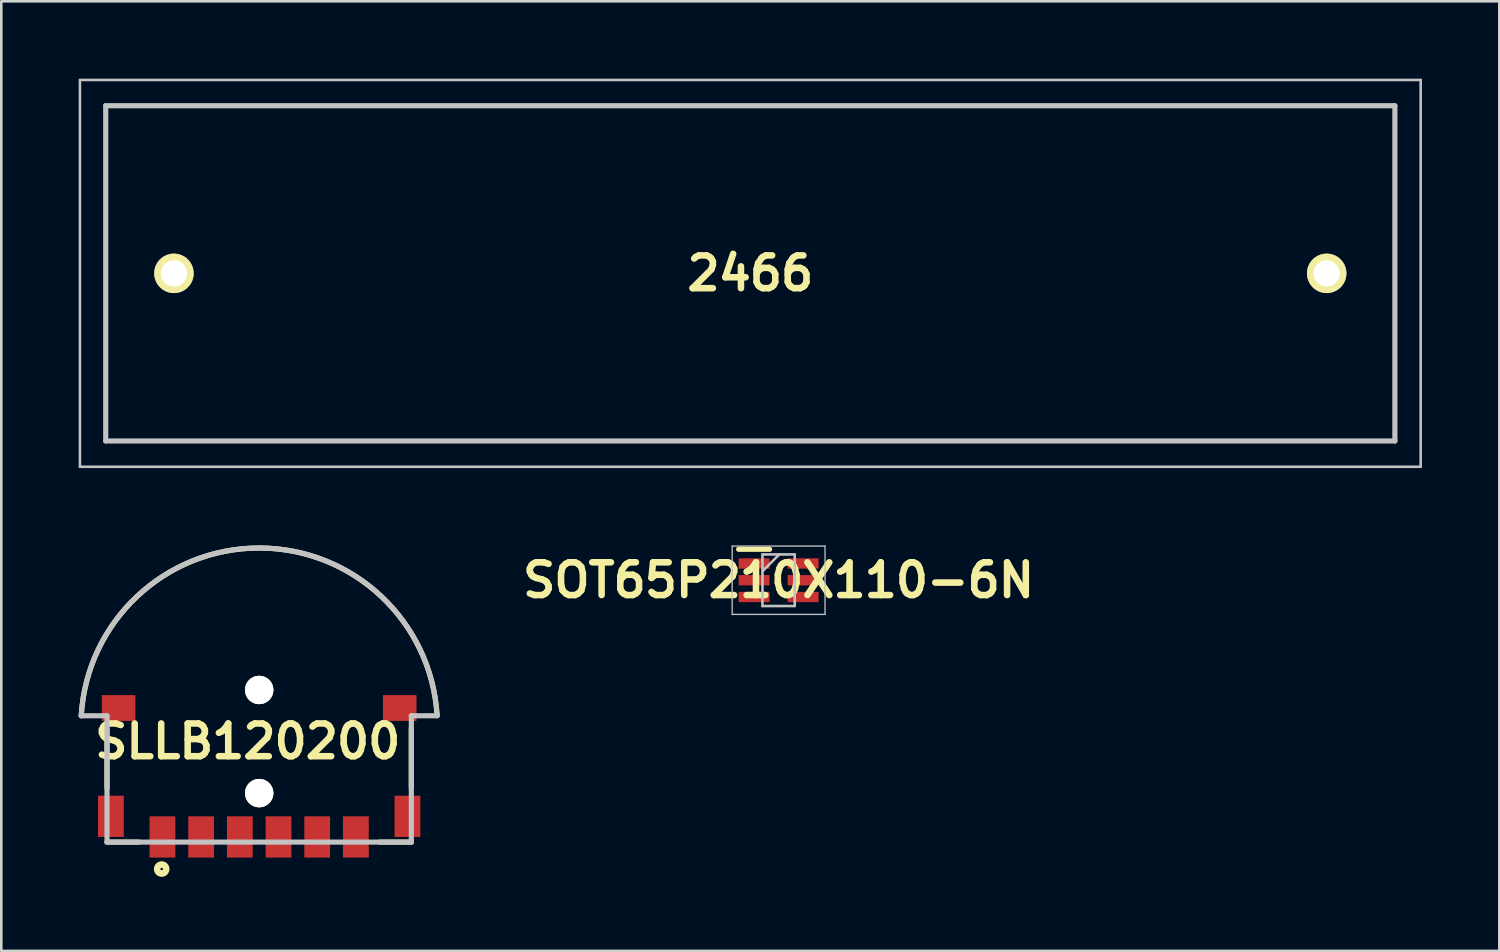
<source format=kicad_pcb>
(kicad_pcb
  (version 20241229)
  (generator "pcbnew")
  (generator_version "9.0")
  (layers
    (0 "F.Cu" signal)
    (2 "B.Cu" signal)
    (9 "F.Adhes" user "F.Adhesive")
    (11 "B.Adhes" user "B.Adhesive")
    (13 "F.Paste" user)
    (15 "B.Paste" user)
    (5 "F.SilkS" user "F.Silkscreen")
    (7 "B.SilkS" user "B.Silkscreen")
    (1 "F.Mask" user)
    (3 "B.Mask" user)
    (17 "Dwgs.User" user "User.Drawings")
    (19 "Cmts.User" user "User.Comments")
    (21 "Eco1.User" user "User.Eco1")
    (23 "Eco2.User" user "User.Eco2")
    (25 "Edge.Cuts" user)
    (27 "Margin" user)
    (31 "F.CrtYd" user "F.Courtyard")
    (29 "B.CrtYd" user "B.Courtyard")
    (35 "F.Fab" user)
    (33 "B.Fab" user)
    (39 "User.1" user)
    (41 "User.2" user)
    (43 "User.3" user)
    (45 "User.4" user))
  (footprint "SOT65P210X110-6N"
    (layer "F.Cu")
    (at 27.142 19.45)
    (property "Reference" "SOT65P210X110-6N" (at 0 0 0) (layer "F.SilkS") (effects (font (size 1.27 1.27) (thickness 0.254))))
    (attr smd)
    (fp_line (start -1.55 -1.2) (end -0.35 -1.2) (stroke (width 0.2) (type solid)) (layer "F.SilkS"))
    (fp_line (start -1.8 -1.325) (end 1.8 -1.325) (stroke (width 0.05) (type solid)) (layer "Dwgs.User"))
    (fp_line (start -1.8 1.325) (end -1.8 -1.325) (stroke (width 0.05) (type solid)) (layer "Dwgs.User"))
    (fp_line (start -0.625 -1) (end 0.625 -1) (stroke (width 0.1) (type solid)) (layer "Dwgs.User"))
    (fp_line (start -0.625 -0.35) (end 0.025 -1) (stroke (width 0.1) (type solid)) (layer "Dwgs.User"))
    (fp_line (start -0.625 1) (end -0.625 -1) (stroke (width 0.1) (type solid)) (layer "Dwgs.User"))
    (fp_line (start 0.625 -1) (end 0.625 1) (stroke (width 0.1) (type solid)) (layer "Dwgs.User"))
    (fp_line (start 0.625 1) (end -0.625 1) (stroke (width 0.1) (type solid)) (layer "Dwgs.User"))
    (fp_line (start 1.8 -1.325) (end 1.8 1.325) (stroke (width 0.05) (type solid)) (layer "Dwgs.User"))
    (fp_line (start 1.8 1.325) (end -1.8 1.325) (stroke (width 0.05) (type solid)) (layer "Dwgs.User"))
    (pad "1" smd rect (at -0.95 -0.65 90) (size 0.4 1.2) (layers "F.Cu" "F.Mask" "F.Paste"))
    (pad "2" smd rect (at -0.95 0 90) (size 0.4 1.2) (layers "F.Cu" "F.Mask" "F.Paste"))
    (pad "3" smd rect (at -0.95 0.65 90) (size 0.4 1.2) (layers "F.Cu" "F.Mask" "F.Paste"))
    (pad "4" smd rect (at 0.95 0.65 90) (size 0.4 1.2) (layers "F.Cu" "F.Mask" "F.Paste"))
    (pad "5" smd rect (at 0.95 0 90) (size 0.4 1.2) (layers "F.Cu" "F.Mask" "F.Paste"))
    (pad "6" smd rect (at 0.95 -0.65 90) (size 0.4 1.2) (layers "F.Cu" "F.Mask" "F.Paste")))
  (footprint "SLLB120200"
    (layer "F.Cu")
    (at 7 29.605)
    (property "Reference" "SLLB120200" (at -0.443 -3.905 0) (layer "F.SilkS") (effects (font (size 1.27 1.27) (thickness 0.254))))
    (attr through_hole)
    (fp_line (start -5.9 -4.4) (end -5.9 -2.108) (stroke (width 0.2) (type solid)) (layer "F.SilkS"))
    (fp_line (start -5.9 0) (end -4.677 0) (stroke (width 0.2) (type solid)) (layer "F.SilkS"))
    (fp_line (start 5.9 -4.4) (end 5.9 -2.108) (stroke (width 0.2) (type solid)) (layer "F.SilkS"))
    (fp_line (start 5.9 0) (end 4.677 0) (stroke (width 0.2) (type solid)) (layer "F.SilkS"))
    (fp_arc (start -6.9 -4.9) (mid -0.002931 -11.405002) (end 6.899662 -4.905861) (stroke (width 0.2) (type solid)) (layer "F.SilkS"))
    (fp_circle (center -3.78 1.044) (end -3.828 1.044) (stroke (width 0.254) (type solid)) (fill no) (layer "F.SilkS"))
    (fp_line (start -5.9 -4.9) (end -6.9 -4.9) (stroke (width 0.2) (type solid)) (layer "Dwgs.User"))
    (fp_line (start -5.9 0) (end -5.9 -4.9) (stroke (width 0.2) (type solid)) (layer "Dwgs.User"))
    (fp_line (start -5.9 0) (end 5.9 0) (stroke (width 0.2) (type solid)) (layer "Dwgs.User"))
    (fp_line (start 5.9 -4.9) (end 6.9 -4.9) (stroke (width 0.2) (type solid)) (layer "Dwgs.User"))
    (fp_line (start 5.9 0) (end 5.9 -4.9) (stroke (width 0.2) (type solid)) (layer "Dwgs.User"))
    (fp_arc (start -6.9 -4.9) (mid -0.002431 -11.404522) (end 6.899712 -4.904854) (stroke (width 0.2) (type solid)) (layer "Dwgs.User"))
    (pad "1" smd rect (at -3.75 -0.2) (size 1 1.6) (layers "F.Cu" "F.Mask" "F.Paste"))
    (pad "2" smd rect (at -2.25 -0.2) (size 1 1.6) (layers "F.Cu" "F.Mask" "F.Paste"))
    (pad "3" smd rect (at 0.75 -0.2) (size 1 1.6) (layers "F.Cu" "F.Mask" "F.Paste"))
    (pad "4" smd rect (at 2.25 -0.2) (size 1 1.6) (layers "F.Cu" "F.Mask" "F.Paste"))
    (pad "5" smd rect (at -0.75 -0.2) (size 1 1.6) (layers "F.Cu" "F.Mask" "F.Paste"))
    (pad "6" smd rect (at 3.75 -0.2) (size 1 1.6) (layers "F.Cu" "F.Mask" "F.Paste"))
    (pad "7" smd rect (at 5.45 -5.2 90) (size 1 1.3) (layers "F.Cu" "F.Mask" "F.Paste"))
    (pad "8" smd rect (at -5.45 -5.2 90) (size 1 1.3) (layers "F.Cu" "F.Mask" "F.Paste"))
    (pad "9" smd rect (at -5.75 -1) (size 1 1.6) (layers "F.Cu" "F.Mask" "F.Paste"))
    (pad "10" smd rect (at 5.75 -1) (size 1 1.6) (layers "F.Cu" "F.Mask" "F.Paste"))
    (pad "11" thru_hole circle (at 0 -5.9 90) (size 1.1 1.1) (drill 1.1) (layers "*.Cu" "*.Mask" "F.SilkS"))
    (pad "12" thru_hole circle (at 0 -1.9 90) (size 1.1 1.1) (drill 1.1) (layers "*.Cu" "*.Mask" "F.SilkS")))
  (footprint "2466"
    (layer "F.Cu")
    (at 3.695 7.55)
    (property "Reference" "2466" (at 22.35 0 0) (layer "F.SilkS") (effects (font (size 1.27 1.27) (thickness 0.254))))
    (attr through_hole)
    (fp_line (start -2.645 -6.5) (end 47.345 -6.5) (stroke (width 0.1) (type solid)) (layer "F.SilkS"))
    (fp_line (start -2.645 6.5) (end -2.645 -6.5) (stroke (width 0.1) (type solid)) (layer "F.SilkS"))
    (fp_line (start 47.345 -6.5) (end 47.345 6.5) (stroke (width 0.1) (type solid)) (layer "F.SilkS"))
    (fp_line (start 47.345 6.5) (end -2.645 6.5) (stroke (width 0.1) (type solid)) (layer "F.SilkS"))
    (fp_line (start -3.645 -7.5) (end 48.345 -7.5) (stroke (width 0.1) (type solid)) (layer "Dwgs.User"))
    (fp_line (start -3.645 7.5) (end -3.645 -7.5) (stroke (width 0.1) (type solid)) (layer "Dwgs.User"))
    (fp_line (start -2.645 -6.5) (end 47.345 -6.5) (stroke (width 0.2) (type solid)) (layer "Dwgs.User"))
    (fp_line (start -2.645 6.5) (end -2.645 -6.5) (stroke (width 0.2) (type solid)) (layer "Dwgs.User"))
    (fp_line (start 47.345 -6.5) (end 47.345 6.5) (stroke (width 0.2) (type solid)) (layer "Dwgs.User"))
    (fp_line (start 47.345 6.5) (end -2.645 6.5) (stroke (width 0.2) (type solid)) (layer "Dwgs.User"))
    (fp_line (start 48.345 -7.5) (end 48.345 7.5) (stroke (width 0.1) (type solid)) (layer "Dwgs.User"))
    (fp_line (start 48.345 7.5) (end -3.645 7.5) (stroke (width 0.1) (type solid)) (layer "Dwgs.User"))
    (pad "1" thru_hole circle (at 0 0 90) (size 1.53 1.53) (drill 1.02) (layers "*.Cu" "*.Mask" "F.SilkS"))
    (pad "2" thru_hole circle (at 44.7 0 90) (size 1.53 1.53) (drill 1.02) (layers "*.Cu" "*.Mask" "F.SilkS")))
  (gr_rect
    (start -3 -3)
    (end 55.09 33.824)
    (stroke (width 0.1) (type default))
    (fill no)
    (layer "Edge.Cuts")))
</source>
